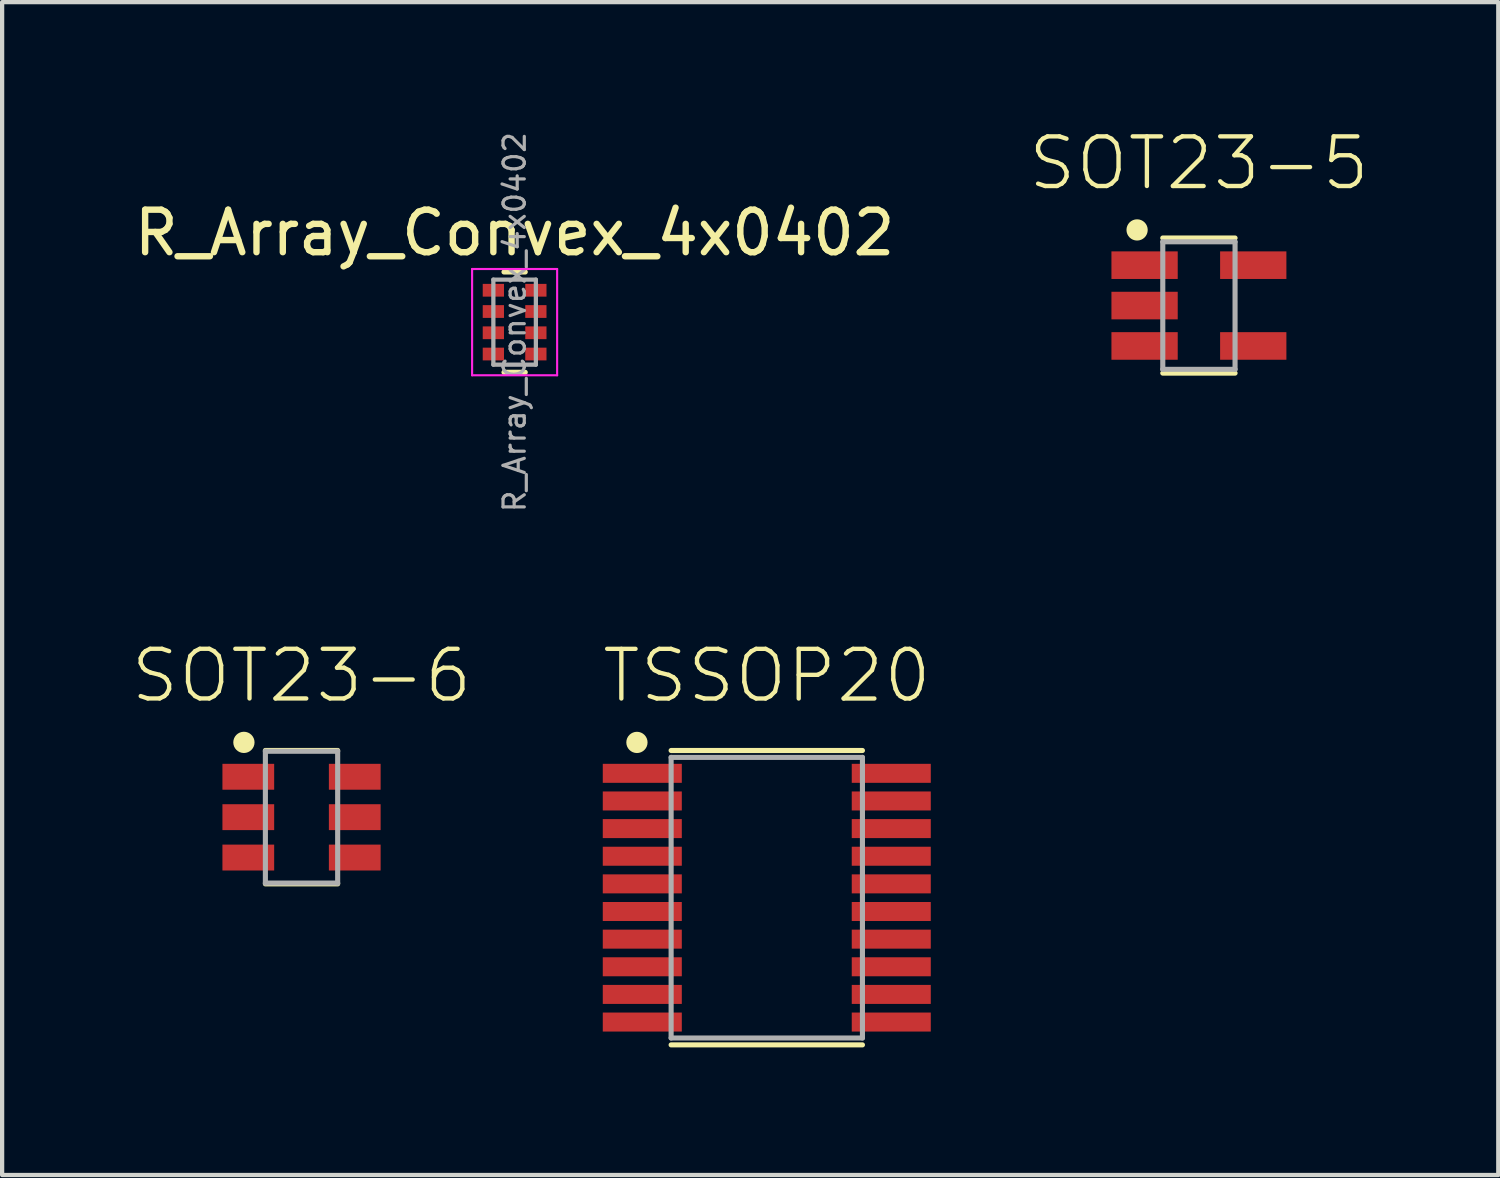
<source format=kicad_pcb>
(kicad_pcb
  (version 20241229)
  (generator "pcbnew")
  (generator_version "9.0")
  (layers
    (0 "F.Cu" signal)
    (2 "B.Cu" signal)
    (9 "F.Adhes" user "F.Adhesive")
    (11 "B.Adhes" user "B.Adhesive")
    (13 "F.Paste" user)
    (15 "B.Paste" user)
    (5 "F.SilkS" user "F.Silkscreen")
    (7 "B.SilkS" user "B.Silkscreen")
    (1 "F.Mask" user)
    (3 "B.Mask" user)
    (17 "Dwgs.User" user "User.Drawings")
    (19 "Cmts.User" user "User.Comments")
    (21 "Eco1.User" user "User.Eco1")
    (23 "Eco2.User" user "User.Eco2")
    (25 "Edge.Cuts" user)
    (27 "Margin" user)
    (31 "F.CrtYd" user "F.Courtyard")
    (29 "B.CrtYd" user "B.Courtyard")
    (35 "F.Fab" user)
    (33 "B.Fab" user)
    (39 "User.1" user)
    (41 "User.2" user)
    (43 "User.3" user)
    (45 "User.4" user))
  (footprint "SOT23-6"
    (layer "F.Cu")
    (at 4.042 16.17)
    (property "Reference" "SOT23-6" (at 0 -2.644 0) (layer "F.SilkS") (effects (font (size 1.168 1.168) (thickness 0.102)) (justify bottom)))
    (fp_line (start -0.85 -1.569) (end 0.85 -1.569) (stroke (width 0.12) (type solid)) (layer "F.SilkS"))
    (fp_line (start -0.85 1.569) (end 0.85 1.569) (stroke (width 0.12) (type solid)) (layer "F.SilkS"))
    (fp_circle (center -1.355 -1.759) (end -1.23 -1.759) (stroke (width 0.25) (type solid)) (fill yes) (layer "F.SilkS"))
    (fp_line (start -0.85 -1.55) (end 0.85 -1.55) (stroke (width 0.12) (type solid)) (layer "F.Fab"))
    (fp_line (start -0.85 1.55) (end -0.85 -1.55) (stroke (width 0.12) (type solid)) (layer "F.Fab"))
    (fp_line (start 0.85 -1.55) (end 0.85 1.55) (stroke (width 0.12) (type solid)) (layer "F.Fab"))
    (fp_line (start 0.85 1.55) (end -0.85 1.55) (stroke (width 0.12) (type solid)) (layer "F.Fab"))
    (pad "1" smd rect (at -1.252 -0.95) (size 1.217 0.609) (layers "F.Cu" "F.Mask" "F.Paste"))
    (pad "2" smd rect (at -1.252 0) (size 1.217 0.609) (layers "F.Cu" "F.Mask" "F.Paste"))
    (pad "3" smd rect (at -1.252 0.95) (size 1.217 0.609) (layers "F.Cu" "F.Mask" "F.Paste"))
    (pad "4" smd rect (at 1.252 0.95) (size 1.217 0.609) (layers "F.Cu" "F.Mask" "F.Paste"))
    (pad "5" smd rect (at 1.252 0) (size 1.217 0.609) (layers "F.Cu" "F.Mask" "F.Paste"))
    (pad "6" smd rect (at 1.252 -0.95) (size 1.217 0.609) (layers "F.Cu" "F.Mask" "F.Paste")))
  (footprint "R_Array_Convex_4x0402"
    (layer "F.Cu")
    (at 9.054 4.527)
    (property "Reference" "R_Array_Convex_4x0402" (at 0 -2.1 0) (layer "F.SilkS") (effects (font (size 1 1) (thickness 0.15))))
    (attr smd)
    (fp_line (start 0.25 -1.18) (end -0.25 -1.18) (stroke (width 0.12) (type solid)) (layer "F.SilkS"))
    (fp_line (start 0.25 1.18) (end -0.25 1.18) (stroke (width 0.12) (type solid)) (layer "F.SilkS"))
    (fp_line (start -1 -1.25) (end -1 1.25) (stroke (width 0.05) (type solid)) (layer "F.CrtYd"))
    (fp_line (start -1 -1.25) (end 1 -1.25) (stroke (width 0.05) (type solid)) (layer "F.CrtYd"))
    (fp_line (start 1 1.25) (end -1 1.25) (stroke (width 0.05) (type solid)) (layer "F.CrtYd"))
    (fp_line (start 1 1.25) (end 1 -1.25) (stroke (width 0.05) (type solid)) (layer "F.CrtYd"))
    (fp_line (start -0.5 -1) (end 0.5 -1) (stroke (width 0.1) (type solid)) (layer "F.Fab"))
    (fp_line (start -0.5 1) (end -0.5 -1) (stroke (width 0.1) (type solid)) (layer "F.Fab"))
    (fp_line (start 0.5 -1) (end 0.5 1) (stroke (width 0.1) (type solid)) (layer "F.Fab"))
    (fp_line (start 0.5 1) (end -0.5 1) (stroke (width 0.1) (type solid)) (layer "F.Fab"))
    (fp_text user "${REFERENCE}" (at 0 0 90) (layer "F.Fab") (effects (font (size 0.5 0.5) (thickness 0.075))))
    (pad "1" smd rect (at -0.5 -0.75) (size 0.5 0.3) (layers "F.Cu" "F.Mask" "F.Paste"))
    (pad "2" smd rect (at -0.5 -0.25) (size 0.5 0.3) (layers "F.Cu" "F.Mask" "F.Paste"))
    (pad "3" smd rect (at -0.5 0.25) (size 0.5 0.3) (layers "F.Cu" "F.Mask" "F.Paste"))
    (pad "4" smd rect (at -0.5 0.75) (size 0.5 0.3) (layers "F.Cu" "F.Mask" "F.Paste"))
    (pad "5" smd rect (at 0.5 0.75) (size 0.5 0.3) (layers "F.Cu" "F.Mask" "F.Paste"))
    (pad "6" smd rect (at 0.5 0.25) (size 0.5 0.3) (layers "F.Cu" "F.Mask" "F.Paste"))
    (pad "7" smd rect (at 0.5 -0.25) (size 0.5 0.3) (layers "F.Cu" "F.Mask" "F.Paste"))
    (pad "8" smd rect (at 0.5 -0.75) (size 0.5 0.3) (layers "F.Cu" "F.Mask" "F.Paste")))
  (footprint "SOT23-5"
    (layer "F.Cu")
    (at 25.149 4.137)
    (property "Reference" "SOT23-5" (at 0 -2.664 0) (layer "F.SilkS") (effects (font (size 1.168 1.168) (thickness 0.102)) (justify bottom)))
    (fp_line (start -0.85 -1.589) (end 0.85 -1.589) (stroke (width 0.12) (type solid)) (layer "F.SilkS"))
    (fp_line (start -0.85 1.589) (end 0.85 1.589) (stroke (width 0.12) (type solid)) (layer "F.SilkS"))
    (fp_circle (center -1.454 -1.779) (end -1.329 -1.779) (stroke (width 0.25) (type solid)) (fill yes) (layer "F.SilkS"))
    (fp_line (start -0.85 -1.5) (end 0.85 -1.5) (stroke (width 0.12) (type solid)) (layer "F.Fab"))
    (fp_line (start -0.85 1.5) (end -0.85 -1.5) (stroke (width 0.12) (type solid)) (layer "F.Fab"))
    (fp_line (start 0.85 -1.5) (end 0.85 1.5) (stroke (width 0.12) (type solid)) (layer "F.Fab"))
    (fp_line (start 0.85 1.5) (end -0.85 1.5) (stroke (width 0.12) (type solid)) (layer "F.Fab"))
    (pad "1" smd rect (at -1.278 -0.95) (size 1.559 0.649) (layers "F.Cu" "F.Mask" "F.Paste"))
    (pad "2" smd rect (at -1.278 0) (size 1.559 0.649) (layers "F.Cu" "F.Mask" "F.Paste"))
    (pad "3" smd rect (at -1.278 0.95) (size 1.559 0.649) (layers "F.Cu" "F.Mask" "F.Paste"))
    (pad "4" smd rect (at 1.278 0.95) (size 1.559 0.649) (layers "F.Cu" "F.Mask" "F.Paste"))
    (pad "5" smd rect (at 1.278 -0.95) (size 1.559 0.649) (layers "F.Cu" "F.Mask" "F.Paste")))
  (footprint "TSSOP20"
    (layer "F.Cu")
    (at 14.985 18.064)
    (property "Reference" "TSSOP20" (at 0 -4.537 0) (layer "F.SilkS") (effects (font (size 1.168 1.168) (thickness 0.102)) (justify bottom)))
    (fp_line (start -2.25 -3.462) (end 2.25 -3.462) (stroke (width 0.12) (type solid)) (layer "F.SilkS"))
    (fp_line (start -2.25 3.462) (end 2.25 3.462) (stroke (width 0.12) (type solid)) (layer "F.SilkS"))
    (fp_circle (center -3.054 -3.652) (end -2.929 -3.652) (stroke (width 0.25) (type solid)) (fill yes) (layer "F.SilkS"))
    (fp_line (start -2.25 -3.3) (end 2.25 -3.3) (stroke (width 0.12) (type solid)) (layer "F.Fab"))
    (fp_line (start -2.25 3.3) (end -2.25 -3.3) (stroke (width 0.12) (type solid)) (layer "F.Fab"))
    (fp_line (start 2.25 -3.3) (end 2.25 3.3) (stroke (width 0.12) (type solid)) (layer "F.Fab"))
    (fp_line (start 2.25 3.3) (end -2.25 3.3) (stroke (width 0.12) (type solid)) (layer "F.Fab"))
    (pad "1" smd rect (at -2.928 -2.925) (size 1.859 0.447) (layers "F.Cu" "F.Mask" "F.Paste"))
    (pad "2" smd rect (at -2.928 -2.275) (size 1.859 0.447) (layers "F.Cu" "F.Mask" "F.Paste"))
    (pad "3" smd rect (at -2.928 -1.625) (size 1.859 0.447) (layers "F.Cu" "F.Mask" "F.Paste"))
    (pad "4" smd rect (at -2.928 -0.975) (size 1.859 0.447) (layers "F.Cu" "F.Mask" "F.Paste"))
    (pad "5" smd rect (at -2.928 -0.325) (size 1.859 0.447) (layers "F.Cu" "F.Mask" "F.Paste"))
    (pad "6" smd rect (at -2.928 0.325) (size 1.859 0.447) (layers "F.Cu" "F.Mask" "F.Paste"))
    (pad "7" smd rect (at -2.928 0.975) (size 1.859 0.447) (layers "F.Cu" "F.Mask" "F.Paste"))
    (pad "8" smd rect (at -2.928 1.625) (size 1.859 0.447) (layers "F.Cu" "F.Mask" "F.Paste"))
    (pad "9" smd rect (at -2.928 2.275) (size 1.859 0.447) (layers "F.Cu" "F.Mask" "F.Paste"))
    (pad "10" smd rect (at -2.928 2.925) (size 1.859 0.447) (layers "F.Cu" "F.Mask" "F.Paste"))
    (pad "11" smd rect (at 2.928 2.925) (size 1.859 0.447) (layers "F.Cu" "F.Mask" "F.Paste"))
    (pad "12" smd rect (at 2.928 2.275) (size 1.859 0.447) (layers "F.Cu" "F.Mask" "F.Paste"))
    (pad "13" smd rect (at 2.928 1.625) (size 1.859 0.447) (layers "F.Cu" "F.Mask" "F.Paste"))
    (pad "14" smd rect (at 2.928 0.975) (size 1.859 0.447) (layers "F.Cu" "F.Mask" "F.Paste"))
    (pad "15" smd rect (at 2.928 0.325) (size 1.859 0.447) (layers "F.Cu" "F.Mask" "F.Paste"))
    (pad "16" smd rect (at 2.928 -0.325) (size 1.859 0.447) (layers "F.Cu" "F.Mask" "F.Paste"))
    (pad "17" smd rect (at 2.928 -0.975) (size 1.859 0.447) (layers "F.Cu" "F.Mask" "F.Paste"))
    (pad "18" smd rect (at 2.928 -1.625) (size 1.859 0.447) (layers "F.Cu" "F.Mask" "F.Paste"))
    (pad "19" smd rect (at 2.928 -2.275) (size 1.859 0.447) (layers "F.Cu" "F.Mask" "F.Paste"))
    (pad "20" smd rect (at 2.928 -2.925) (size 1.859 0.447) (layers "F.Cu" "F.Mask" "F.Paste")))
  (gr_rect
    (start -3 -3)
    (end 32.19 24.587)
    (stroke (width 0.1) (type default))
    (fill no)
    (layer "Edge.Cuts")))
</source>
